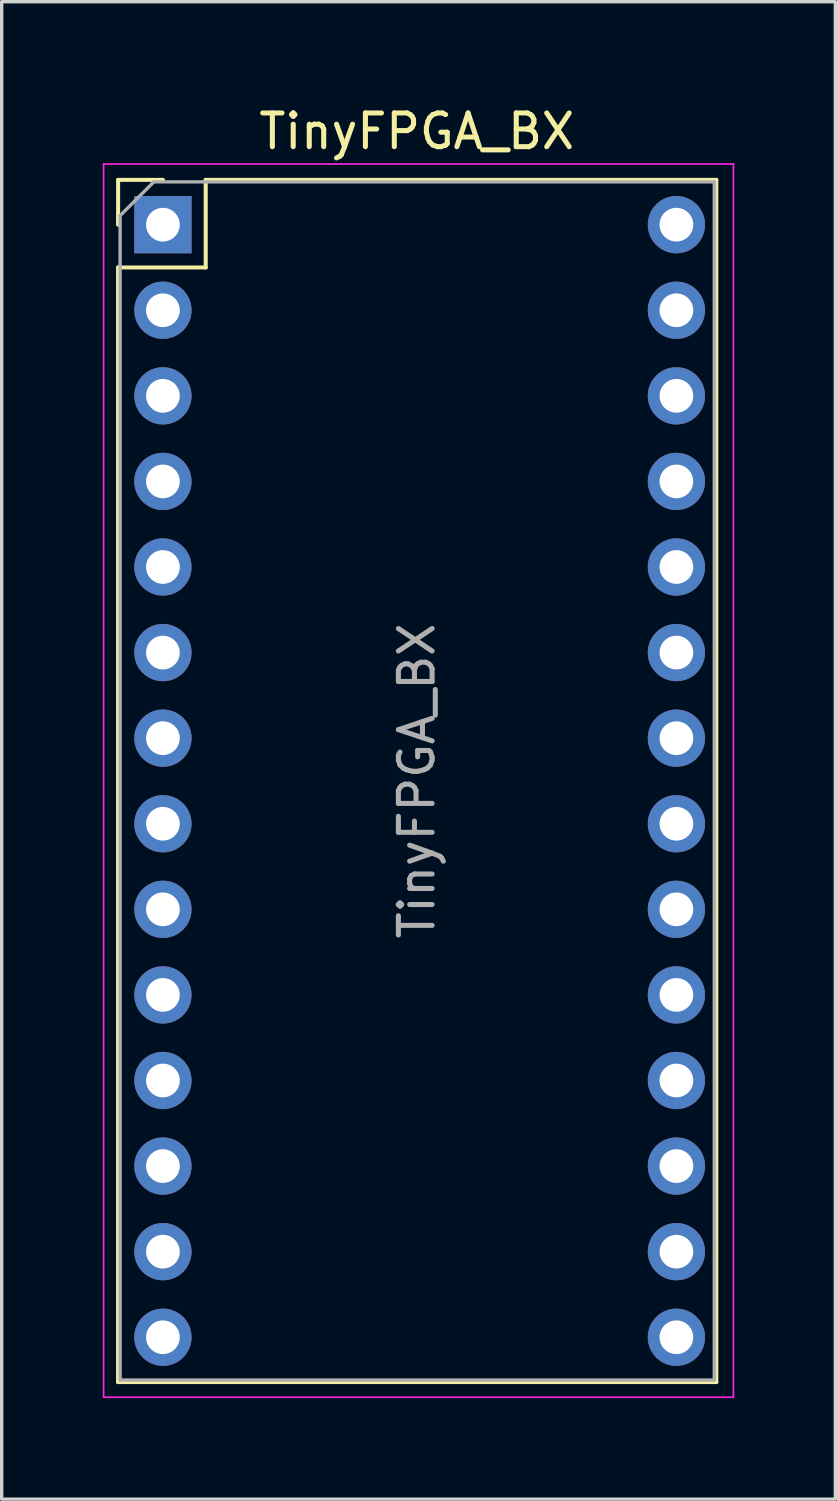
<source format=kicad_pcb>
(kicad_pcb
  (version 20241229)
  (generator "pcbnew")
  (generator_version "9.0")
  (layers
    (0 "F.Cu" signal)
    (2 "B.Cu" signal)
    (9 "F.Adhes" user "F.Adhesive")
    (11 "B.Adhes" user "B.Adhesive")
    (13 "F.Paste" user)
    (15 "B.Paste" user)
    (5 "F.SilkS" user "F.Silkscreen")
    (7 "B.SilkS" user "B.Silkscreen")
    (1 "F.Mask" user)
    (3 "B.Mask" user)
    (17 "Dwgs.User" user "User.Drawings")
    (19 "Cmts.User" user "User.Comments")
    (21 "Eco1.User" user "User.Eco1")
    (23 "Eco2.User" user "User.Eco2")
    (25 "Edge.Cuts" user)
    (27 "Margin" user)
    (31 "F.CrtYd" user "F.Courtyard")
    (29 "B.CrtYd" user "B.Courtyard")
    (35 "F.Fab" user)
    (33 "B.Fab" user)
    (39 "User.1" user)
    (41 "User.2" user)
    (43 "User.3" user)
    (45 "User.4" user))
  (footprint "TinyFPGA_BX"
    (layer "F.Cu")
    (at 1.699 3.618)
    (property "Reference" "TinyFPGA_BX" (at 7.62 -2.77 0) (layer "F.SilkS") (effects (font (size 1 1) (thickness 0.15))))
    (attr through_hole)
    (fp_line (start -1.244 -1.33) (end -1.244 0) (stroke (width 0.12) (type solid)) (layer "F.SilkS"))
    (fp_line (start -1.244 1.27) (end -1.244 34.35) (stroke (width 0.12) (type solid)) (layer "F.SilkS"))
    (fp_line (start 0.086 -1.33) (end -1.244 -1.33) (stroke (width 0.12) (type solid)) (layer "F.SilkS"))
    (fp_line (start 1.356 -1.33) (end 1.356 1.27) (stroke (width 0.12) (type solid)) (layer "F.SilkS"))
    (fp_line (start 1.356 1.27) (end -1.244 1.27) (stroke (width 0.12) (type solid)) (layer "F.SilkS"))
    (fp_line (start 16.51 -1.33) (end 1.356 -1.33) (stroke (width 0.12) (type solid)) (layer "F.SilkS"))
    (fp_line (start 16.51 -1.33) (end 16.51 34.35) (stroke (width 0.12) (type solid)) (layer "F.SilkS"))
    (fp_line (start 16.51 34.35) (end -1.244 34.35) (stroke (width 0.12) (type solid)) (layer "F.SilkS"))
    (fp_line (start -1.674 -1.8) (end -1.674 34.8) (stroke (width 0.05) (type solid)) (layer "F.CrtYd"))
    (fp_line (start -1.674 34.8) (end 17.018 34.8) (stroke (width 0.05) (type solid)) (layer "F.CrtYd"))
    (fp_line (start 17.018 -1.8) (end -1.674 -1.8) (stroke (width 0.05) (type solid)) (layer "F.CrtYd"))
    (fp_line (start 17.018 34.8) (end 17.018 -1.8) (stroke (width 0.05) (type solid)) (layer "F.CrtYd"))
    (fp_line (start -1.184 -0.27) (end -1.184 34.29) (stroke (width 0.1) (type solid)) (layer "F.Fab"))
    (fp_line (start -1.184 34.29) (end 16.45 34.29) (stroke (width 0.1) (type solid)) (layer "F.Fab"))
    (fp_line (start -0.184 -1.27) (end -1.184 -0.27) (stroke (width 0.1) (type solid)) (layer "F.Fab"))
    (fp_line (start 16.45 -1.27) (end -0.184 -1.27) (stroke (width 0.1) (type solid)) (layer "F.Fab"))
    (fp_line (start 16.45 34.29) (end 16.45 -1.27) (stroke (width 0.1) (type solid)) (layer "F.Fab"))
    (fp_text user "${REFERENCE}" (at 7.62 16.51 90) (layer "F.Fab") (effects (font (size 1 1) (thickness 0.15))))
    (pad "1" thru_hole oval (at 0.086 2.54) (size 1.7 1.7) (drill 1) (layers "*.Cu" "*.Mask"))
    (pad "2" thru_hole oval (at 0.086 5.08) (size 1.7 1.7) (drill 1) (layers "*.Cu" "*.Mask"))
    (pad "3" thru_hole oval (at 0.086 7.62) (size 1.7 1.7) (drill 1) (layers "*.Cu" "*.Mask"))
    (pad "3.3v" thru_hole oval (at 15.326 5.08) (size 1.7 1.7) (drill 1) (layers "*.Cu" "*.Mask"))
    (pad "4" thru_hole oval (at 0.086 10.16) (size 1.7 1.7) (drill 1) (layers "*.Cu" "*.Mask"))
    (pad "5" thru_hole oval (at 0.086 12.7) (size 1.7 1.7) (drill 1) (layers "*.Cu" "*.Mask"))
    (pad "6" thru_hole oval (at 0.086 15.24) (size 1.7 1.7) (drill 1) (layers "*.Cu" "*.Mask"))
    (pad "7" thru_hole oval (at 0.086 17.78) (size 1.7 1.7) (drill 1) (layers "*.Cu" "*.Mask"))
    (pad "8" thru_hole oval (at 0.086 20.32) (size 1.7 1.7) (drill 1) (layers "*.Cu" "*.Mask"))
    (pad "9" thru_hole oval (at 0.086 22.86) (size 1.7 1.7) (drill 1) (layers "*.Cu" "*.Mask"))
    (pad "10" thru_hole oval (at 0.086 25.4) (size 1.7 1.7) (drill 1) (layers "*.Cu" "*.Mask"))
    (pad "11" thru_hole oval (at 0.086 27.94) (size 1.7 1.7) (drill 1) (layers "*.Cu" "*.Mask"))
    (pad "12" thru_hole oval (at 0.086 30.48) (size 1.7 1.7) (drill 1) (layers "*.Cu" "*.Mask"))
    (pad "13" thru_hole oval (at 0.086 33.02) (size 1.7 1.7) (drill 1) (layers "*.Cu" "*.Mask"))
    (pad "14" thru_hole oval (at 15.326 33.02) (size 1.7 1.7) (drill 1) (layers "*.Cu" "*.Mask"))
    (pad "15" thru_hole oval (at 15.326 30.48) (size 1.7 1.7) (drill 1) (layers "*.Cu" "*.Mask"))
    (pad "16" thru_hole oval (at 15.326 27.94) (size 1.7 1.7) (drill 1) (layers "*.Cu" "*.Mask"))
    (pad "17" thru_hole oval (at 15.326 25.4) (size 1.7 1.7) (drill 1) (layers "*.Cu" "*.Mask"))
    (pad "18" thru_hole oval (at 15.326 22.86) (size 1.7 1.7) (drill 1) (layers "*.Cu" "*.Mask"))
    (pad "19" thru_hole oval (at 15.326 20.32) (size 1.7 1.7) (drill 1) (layers "*.Cu" "*.Mask"))
    (pad "20" thru_hole oval (at 15.326 17.78) (size 1.7 1.7) (drill 1) (layers "*.Cu" "*.Mask"))
    (pad "21" thru_hole oval (at 15.326 15.24) (size 1.7 1.7) (drill 1) (layers "*.Cu" "*.Mask"))
    (pad "22" thru_hole oval (at 15.326 12.7) (size 1.7 1.7) (drill 1) (layers "*.Cu" "*.Mask"))
    (pad "23" thru_hole oval (at 15.326 10.16) (size 1.7 1.7) (drill 1) (layers "*.Cu" "*.Mask"))
    (pad "24" thru_hole oval (at 15.326 7.62) (size 1.7 1.7) (drill 1) (layers "*.Cu" "*.Mask"))
    (pad "GND" thru_hole rect (at 0.086 0) (size 1.7 1.7) (drill 1) (layers "*.Cu" "*.Mask"))
    (pad "GND" thru_hole oval (at 15.326 2.54) (size 1.7 1.7) (drill 1) (layers "*.Cu" "*.Mask"))
    (pad "VIN" thru_hole oval (at 15.326 0) (size 1.7 1.7) (drill 1) (layers "*.Cu" "*.Mask")))
  (gr_rect
    (start -3 -3)
    (end 21.742 41.443)
    (stroke (width 0.1) (type default))
    (fill no)
    (layer "Edge.Cuts")))
</source>
